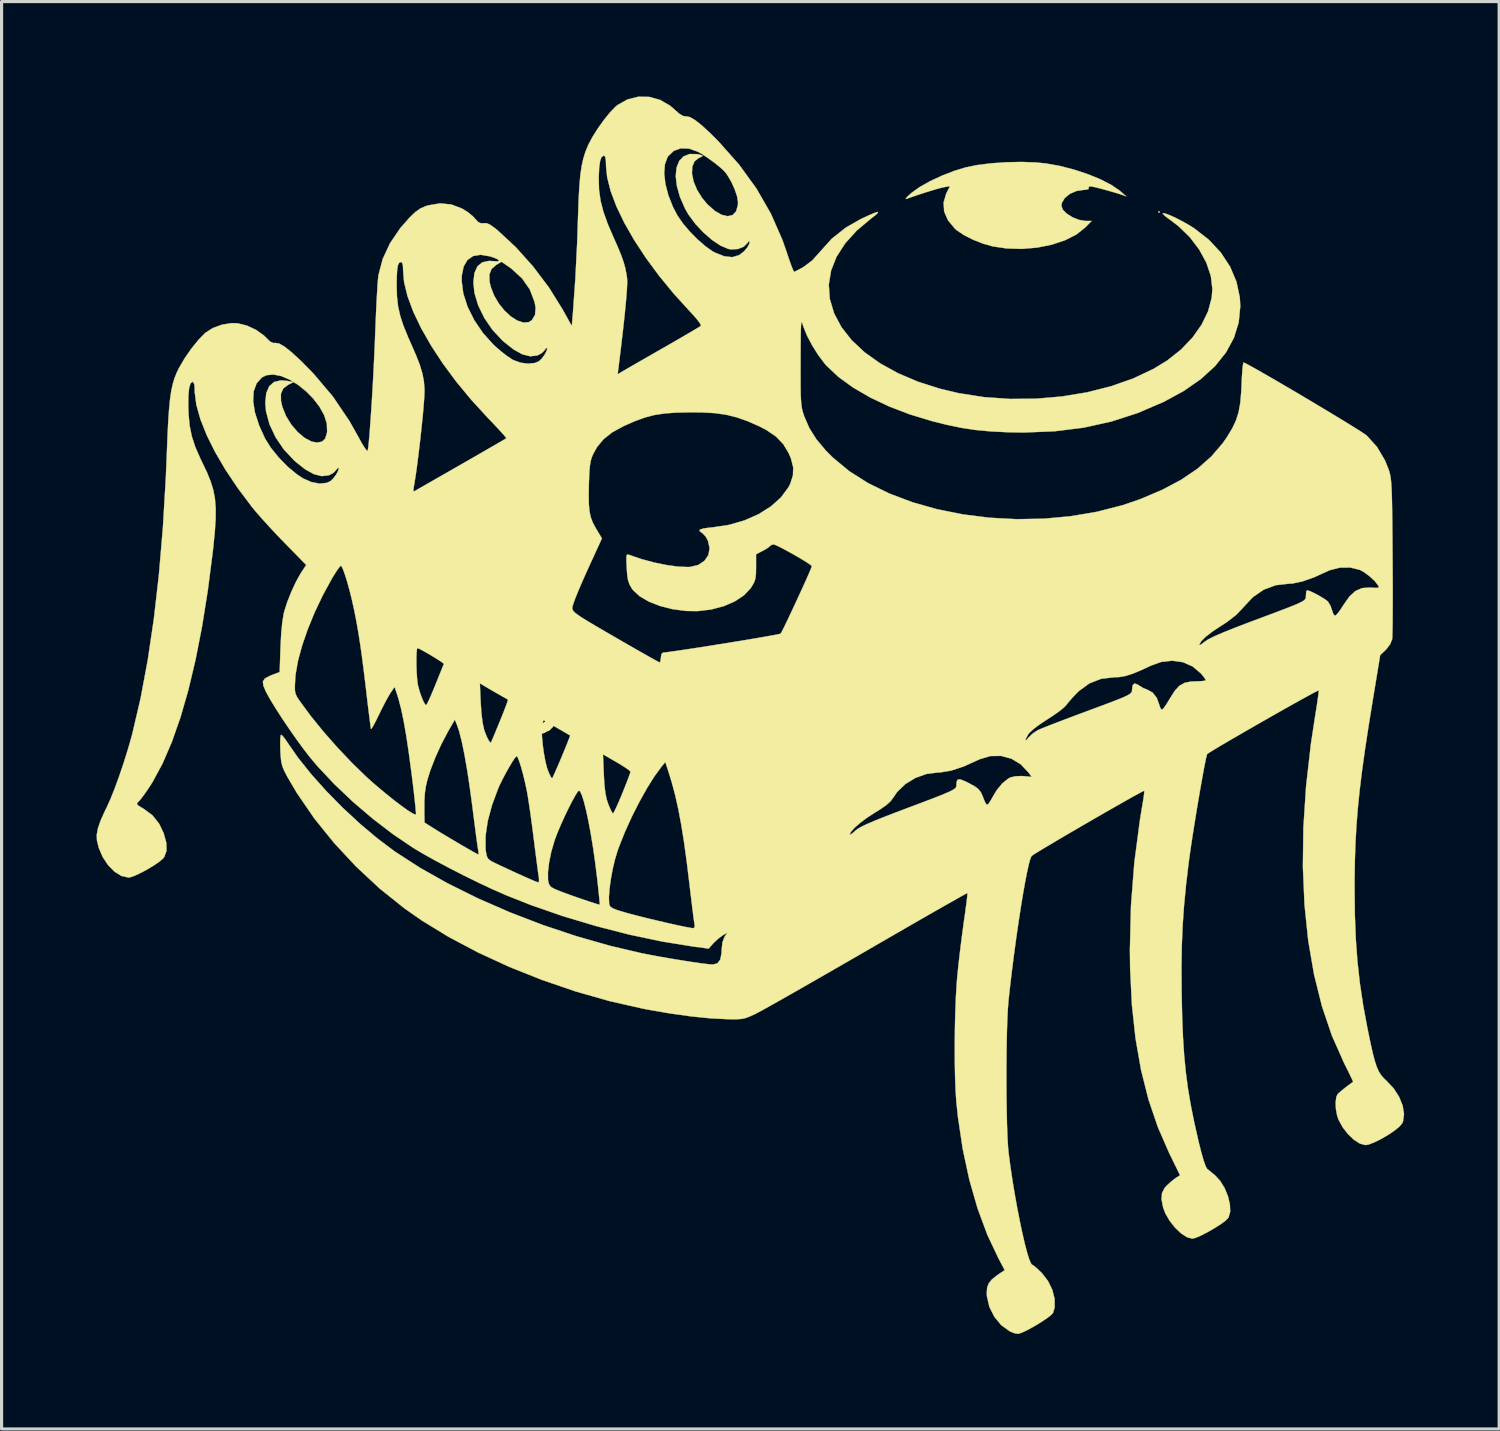
<source format=kicad_pcb>
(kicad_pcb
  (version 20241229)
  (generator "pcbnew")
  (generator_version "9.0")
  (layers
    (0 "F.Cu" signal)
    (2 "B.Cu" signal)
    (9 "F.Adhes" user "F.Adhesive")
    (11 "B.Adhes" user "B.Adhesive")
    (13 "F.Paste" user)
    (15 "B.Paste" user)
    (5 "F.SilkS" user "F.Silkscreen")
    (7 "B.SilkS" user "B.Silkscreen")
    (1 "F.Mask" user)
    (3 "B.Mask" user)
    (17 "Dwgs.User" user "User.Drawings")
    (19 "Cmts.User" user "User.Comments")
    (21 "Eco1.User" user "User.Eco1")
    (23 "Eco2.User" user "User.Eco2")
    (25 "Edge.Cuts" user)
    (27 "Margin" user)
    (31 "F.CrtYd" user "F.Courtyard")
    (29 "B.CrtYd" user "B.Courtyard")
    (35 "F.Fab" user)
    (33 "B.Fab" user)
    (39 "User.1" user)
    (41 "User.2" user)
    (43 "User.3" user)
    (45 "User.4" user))
  (footprint "perry-50mm"
    (layer "F.Cu")
    (at 20.568 19.272)
    (property "Reference" "perry-50mm" (at 0 0 0) (layer "F.SilkS") (effects (font (size 1.524 1.524) (thickness 0.3))))
    (attr through_hole)
    (fp_poly (pts (xy 13.011 -15.629) (xy 12.985 -15.603) (xy 12.959 -15.629) (xy 12.985 -15.655) (xy 13.011 -15.629)) (stroke (width 0.01) (type solid)) (fill yes) (layer "F.SilkS"))
    (fp_poly (pts (xy 9.09 -17.192) (xy 9.397 -17.162) (xy 9.842 -17.084) (xy 10.293 -16.968) (xy 10.731 -16.824) (xy 11.133 -16.66) (xy 11.477 -16.483) (xy 11.742 -16.302) (xy 11.767 -16.28) (xy 11.948 -16.121) (xy 11.793 -16.177) (xy 11.672 -16.216) (xy 11.484 -16.271) (xy 11.264 -16.333) (xy 11.187 -16.354) (xy 10.969 -16.41) (xy 10.835 -16.435) (xy 10.772 -16.431) (xy 10.765 -16.402) (xy 10.756 -16.35) (xy 10.665 -16.329) (xy 10.619 -16.327) (xy 10.381 -16.292) (xy 10.17 -16.201) (xy 10.007 -16.068) (xy 9.914 -15.909) (xy 9.901 -15.823) (xy 9.948 -15.698) (xy 10.072 -15.573) (xy 10.249 -15.462) (xy 10.453 -15.38) (xy 10.659 -15.344) (xy 10.687 -15.344) (xy 10.855 -15.344) (xy 10.654 -15.138) (xy 10.374 -14.916) (xy 10.015 -14.734) (xy 9.597 -14.595) (xy 9.137 -14.503) (xy 8.656 -14.462) (xy 8.171 -14.476) (xy 7.73 -14.542) (xy 7.424 -14.629) (xy 7.112 -14.752) (xy 6.826 -14.897) (xy 6.6 -15.048) (xy 6.54 -15.1) (xy 6.319 -15.366) (xy 6.199 -15.642) (xy 6.181 -15.925) (xy 6.264 -16.209) (xy 6.277 -16.234) (xy 6.385 -16.445) (xy 6.186 -16.409) (xy 6.05 -16.377) (xy 5.846 -16.318) (xy 5.602 -16.243) (xy 5.347 -16.16) (xy 5.11 -16.078) (xy 5.002 -16.039) (xy 4.985 -16.049) (xy 5.037 -16.111) (xy 5.147 -16.212) (xy 5.158 -16.222) (xy 5.416 -16.409) (xy 5.75 -16.598) (xy 6.131 -16.776) (xy 6.531 -16.93) (xy 6.88 -17.036) (xy 7.248 -17.111) (xy 7.685 -17.165) (xy 8.159 -17.198) (xy 8.639 -17.208) (xy 9.09 -17.192)) (stroke (width 0.01) (type solid)) (fill yes) (layer "F.SilkS"))
    (fp_poly (pts (xy -3.114 -19.262) (xy -2.772 -19.167) (xy -2.455 -18.983) (xy -2.327 -18.873) (xy -2.165 -18.729) (xy -2.046 -18.658) (xy -1.952 -18.647) (xy -1.952 -18.647) (xy -1.834 -18.626) (xy -1.664 -18.528) (xy -1.44 -18.349) (xy -1.16 -18.089) (xy -0.924 -17.852) (xy -0.277 -17.123) (xy 0.272 -16.366) (xy 0.727 -15.574) (xy 1.092 -14.743) (xy 1.227 -14.355) (xy 1.305 -14.121) (xy 1.374 -13.928) (xy 1.428 -13.794) (xy 1.458 -13.739) (xy 1.46 -13.738) (xy 1.519 -13.762) (xy 1.64 -13.825) (xy 1.771 -13.899) (xy 2.034 -14.098) (xy 2.278 -14.37) (xy 2.285 -14.378) (xy 2.648 -14.782) (xy 3.093 -15.134) (xy 3.551 -15.396) (xy 3.823 -15.524) (xy 4.006 -15.601) (xy 4.101 -15.628) (xy 4.109 -15.603) (xy 4.03 -15.528) (xy 3.894 -15.423) (xy 3.435 -15.038) (xy 3.069 -14.632) (xy 2.799 -14.211) (xy 2.628 -13.778) (xy 2.556 -13.336) (xy 2.586 -12.889) (xy 2.587 -12.883) (xy 2.724 -12.425) (xy 2.957 -11.988) (xy 3.281 -11.576) (xy 3.69 -11.194) (xy 4.179 -10.846) (xy 4.741 -10.536) (xy 5.371 -10.268) (xy 6.063 -10.047) (xy 6.661 -9.905) (xy 7.463 -9.78) (xy 8.284 -9.723) (xy 9.109 -9.731) (xy 9.924 -9.802) (xy 10.716 -9.933) (xy 11.471 -10.124) (xy 12.173 -10.371) (xy 12.81 -10.672) (xy 13.248 -10.94) (xy 13.678 -11.281) (xy 14.041 -11.66) (xy 14.328 -12.066) (xy 14.533 -12.487) (xy 14.647 -12.912) (xy 14.67 -13.192) (xy 14.621 -13.605) (xy 14.48 -14.025) (xy 14.256 -14.438) (xy 13.96 -14.828) (xy 13.599 -15.18) (xy 13.339 -15.378) (xy 13.203 -15.478) (xy 13.118 -15.554) (xy 13.1 -15.589) (xy 13.101 -15.59) (xy 13.184 -15.578) (xy 13.332 -15.523) (xy 13.525 -15.435) (xy 13.739 -15.324) (xy 13.953 -15.202) (xy 14.1 -15.109) (xy 14.559 -14.75) (xy 14.937 -14.345) (xy 15.229 -13.9) (xy 15.43 -13.425) (xy 15.536 -12.928) (xy 15.551 -12.648) (xy 15.501 -12.139) (xy 15.35 -11.654) (xy 15.101 -11.194) (xy 14.754 -10.76) (xy 14.31 -10.354) (xy 13.772 -9.979) (xy 13.141 -9.635) (xy 12.315 -9.28) (xy 11.473 -9.008) (xy 10.601 -8.816) (xy 9.686 -8.702) (xy 8.716 -8.663) (xy 8.198 -8.672) (xy 7.668 -8.698) (xy 7.198 -8.742) (xy 6.747 -8.81) (xy 6.277 -8.908) (xy 5.817 -9.023) (xy 5.123 -9.233) (xy 4.469 -9.483) (xy 3.867 -9.768) (xy 3.329 -10.08) (xy 2.868 -10.413) (xy 2.496 -10.761) (xy 2.427 -10.838) (xy 2.224 -11.107) (xy 2.031 -11.414) (xy 1.867 -11.726) (xy 1.753 -12.007) (xy 1.735 -12.067) (xy 1.715 -12.13) (xy 1.7 -12.152) (xy 1.688 -12.124) (xy 1.679 -12.037) (xy 1.673 -11.882) (xy 1.669 -11.65) (xy 1.666 -11.332) (xy 1.665 -10.92) (xy 1.665 -10.912) (xy 1.664 -10.491) (xy 1.665 -10.16) (xy 1.668 -9.903) (xy 1.676 -9.707) (xy 1.688 -9.556) (xy 1.705 -9.436) (xy 1.729 -9.332) (xy 1.761 -9.23) (xy 1.782 -9.169) (xy 1.943 -8.799) (xy 2.164 -8.449) (xy 2.458 -8.098) (xy 2.684 -7.871) (xy 3.204 -7.441) (xy 3.804 -7.061) (xy 4.474 -6.734) (xy 5.202 -6.459) (xy 5.978 -6.24) (xy 6.791 -6.077) (xy 7.63 -5.972) (xy 8.483 -5.926) (xy 9.341 -5.941) (xy 10.192 -6.019) (xy 11.025 -6.16) (xy 11.829 -6.366) (xy 12.388 -6.557) (xy 13.085 -6.852) (xy 13.687 -7.172) (xy 14.202 -7.521) (xy 14.637 -7.906) (xy 15 -8.33) (xy 15.128 -8.515) (xy 15.294 -8.788) (xy 15.414 -9.04) (xy 15.497 -9.3) (xy 15.55 -9.594) (xy 15.581 -9.949) (xy 15.591 -10.175) (xy 15.603 -10.432) (xy 15.618 -10.646) (xy 15.635 -10.798) (xy 15.652 -10.871) (xy 15.657 -10.875) (xy 15.749 -10.831) (xy 15.917 -10.74) (xy 16.149 -10.609) (xy 16.433 -10.446) (xy 16.758 -10.258) (xy 17.11 -10.052) (xy 17.478 -9.835) (xy 17.849 -9.614) (xy 18.213 -9.396) (xy 18.556 -9.189) (xy 18.868 -9) (xy 19.135 -8.835) (xy 19.346 -8.702) (xy 19.488 -8.608) (xy 19.545 -8.566) (xy 19.869 -8.208) (xy 20.121 -7.781) (xy 20.233 -7.503) (xy 20.259 -7.423) (xy 20.28 -7.342) (xy 20.297 -7.248) (xy 20.312 -7.133) (xy 20.323 -6.987) (xy 20.333 -6.798) (xy 20.34 -6.558) (xy 20.346 -6.257) (xy 20.351 -5.884) (xy 20.355 -5.429) (xy 20.359 -4.883) (xy 20.36 -4.743) (xy 20.363 -4.244) (xy 20.365 -3.772) (xy 20.365 -3.338) (xy 20.363 -2.954) (xy 20.361 -2.629) (xy 20.357 -2.377) (xy 20.352 -2.206) (xy 20.346 -2.132) (xy 20.282 -1.975) (xy 20.164 -1.818) (xy 20.141 -1.796) (xy 19.969 -1.633) (xy 19.73 -0.181) (xy 19.598 0.634) (xy 19.487 1.365) (xy 19.395 2.026) (xy 19.321 2.633) (xy 19.263 3.202) (xy 19.22 3.749) (xy 19.189 4.29) (xy 19.17 4.841) (xy 19.161 5.417) (xy 19.16 5.728) (xy 19.169 6.566) (xy 19.199 7.329) (xy 19.251 8.043) (xy 19.328 8.733) (xy 19.432 9.428) (xy 19.567 10.153) (xy 19.574 10.186) (xy 19.659 10.6) (xy 19.732 10.927) (xy 19.798 11.179) (xy 19.861 11.373) (xy 19.927 11.521) (xy 20.002 11.637) (xy 20.089 11.737) (xy 20.17 11.812) (xy 20.395 12.051) (xy 20.567 12.318) (xy 20.678 12.594) (xy 20.722 12.858) (xy 20.691 13.089) (xy 20.664 13.153) (xy 20.574 13.259) (xy 20.414 13.388) (xy 20.211 13.524) (xy 19.989 13.653) (xy 19.776 13.758) (xy 19.596 13.825) (xy 19.505 13.84) (xy 19.332 13.795) (xy 19.141 13.673) (xy 18.952 13.494) (xy 18.785 13.278) (xy 18.657 13.045) (xy 18.61 12.913) (xy 18.571 12.702) (xy 18.562 12.493) (xy 18.585 12.32) (xy 18.624 12.233) (xy 18.693 12.168) (xy 18.814 12.068) (xy 18.953 11.959) (xy 19.078 11.869) (xy 19.114 11.845) (xy 19.097 11.799) (xy 19.041 11.678) (xy 18.954 11.5) (xy 18.845 11.282) (xy 18.827 11.245) (xy 18.446 10.388) (xy 18.13 9.456) (xy 17.88 8.451) (xy 17.696 7.38) (xy 17.579 6.246) (xy 17.528 5.055) (xy 17.544 3.81) (xy 17.628 2.517) (xy 17.78 1.181) (xy 17.915 0.291) (xy 17.959 0.02) (xy 17.994 -0.215) (xy 18.018 -0.395) (xy 18.029 -0.5) (xy 18.028 -0.519) (xy 17.983 -0.501) (xy 17.859 -0.438) (xy 17.67 -0.335) (xy 17.426 -0.201) (xy 17.14 -0.041) (xy 16.822 0.138) (xy 16.486 0.329) (xy 16.142 0.525) (xy 15.802 0.721) (xy 15.478 0.908) (xy 15.181 1.08) (xy 14.924 1.231) (xy 14.719 1.354) (xy 14.576 1.443) (xy 14.507 1.49) (xy 14.505 1.492) (xy 14.485 1.553) (xy 14.452 1.702) (xy 14.408 1.926) (xy 14.356 2.21) (xy 14.297 2.539) (xy 14.235 2.901) (xy 14.171 3.28) (xy 14.109 3.663) (xy 14.05 4.035) (xy 13.997 4.382) (xy 13.952 4.69) (xy 13.923 4.906) (xy 13.838 5.619) (xy 13.775 6.276) (xy 13.731 6.905) (xy 13.704 7.539) (xy 13.694 8.208) (xy 13.698 8.943) (xy 13.7 9.097) (xy 13.716 9.81) (xy 13.742 10.441) (xy 13.779 11.011) (xy 13.831 11.543) (xy 13.899 12.057) (xy 13.987 12.576) (xy 14.096 13.12) (xy 14.23 13.712) (xy 14.24 13.755) (xy 14.32 14.073) (xy 14.393 14.327) (xy 14.455 14.503) (xy 14.504 14.591) (xy 14.507 14.594) (xy 14.604 14.672) (xy 14.73 14.775) (xy 14.75 14.792) (xy 14.918 14.972) (xy 15.058 15.202) (xy 15.162 15.457) (xy 15.223 15.713) (xy 15.232 15.944) (xy 15.181 16.124) (xy 15.171 16.14) (xy 15.085 16.227) (xy 14.931 16.34) (xy 14.735 16.465) (xy 14.523 16.587) (xy 14.319 16.693) (xy 14.148 16.767) (xy 14.037 16.795) (xy 14.036 16.795) (xy 13.868 16.75) (xy 13.68 16.628) (xy 13.491 16.448) (xy 13.319 16.231) (xy 13.183 15.995) (xy 13.114 15.812) (xy 13.064 15.554) (xy 13.079 15.355) (xy 13.165 15.19) (xy 13.231 15.117) (xy 13.366 14.995) (xy 13.494 14.894) (xy 13.524 14.873) (xy 13.649 14.794) (xy 13.308 14.097) (xy 12.948 13.272) (xy 12.651 12.399) (xy 12.417 11.469) (xy 12.243 10.475) (xy 12.128 9.412) (xy 12.072 8.272) (xy 12.065 7.672) (xy 12.099 6.28) (xy 12.204 4.925) (xy 12.383 3.563) (xy 12.462 3.084) (xy 12.494 2.89) (xy 12.514 2.74) (xy 12.519 2.658) (xy 12.517 2.651) (xy 12.469 2.671) (xy 12.344 2.737) (xy 12.152 2.842) (xy 11.907 2.98) (xy 11.619 3.144) (xy 11.3 3.326) (xy 10.962 3.521) (xy 10.616 3.721) (xy 10.274 3.92) (xy 9.948 4.11) (xy 9.65 4.287) (xy 9.39 4.441) (xy 9.182 4.567) (xy 9.036 4.658) (xy 8.964 4.708) (xy 8.96 4.71) (xy 8.922 4.793) (xy 8.873 4.967) (xy 8.817 5.223) (xy 8.753 5.549) (xy 8.685 5.934) (xy 8.614 6.369) (xy 8.542 6.841) (xy 8.47 7.34) (xy 8.4 7.855) (xy 8.334 8.375) (xy 8.273 8.889) (xy 8.231 9.279) (xy 8.21 9.547) (xy 8.193 9.897) (xy 8.18 10.311) (xy 8.171 10.773) (xy 8.166 11.265) (xy 8.165 11.771) (xy 8.167 12.272) (xy 8.174 12.752) (xy 8.184 13.193) (xy 8.198 13.578) (xy 8.216 13.891) (xy 8.233 14.074) (xy 8.288 14.495) (xy 8.353 14.934) (xy 8.426 15.377) (xy 8.504 15.812) (xy 8.585 16.227) (xy 8.666 16.61) (xy 8.744 16.949) (xy 8.818 17.232) (xy 8.884 17.445) (xy 8.94 17.577) (xy 8.975 17.617) (xy 9.046 17.663) (xy 9.161 17.763) (xy 9.284 17.882) (xy 9.478 18.132) (xy 9.615 18.412) (xy 9.687 18.698) (xy 9.688 18.965) (xy 9.639 19.138) (xy 9.571 19.213) (xy 9.433 19.317) (xy 9.251 19.438) (xy 9.047 19.561) (xy 8.846 19.672) (xy 8.671 19.756) (xy 8.548 19.799) (xy 8.523 19.801) (xy 8.408 19.778) (xy 8.27 19.721) (xy 8.268 19.72) (xy 8.003 19.528) (xy 7.784 19.263) (xy 7.628 18.952) (xy 7.55 18.621) (xy 7.545 18.519) (xy 7.556 18.346) (xy 7.605 18.209) (xy 7.706 18.084) (xy 7.878 17.948) (xy 7.984 17.875) (xy 8.112 17.789) (xy 7.923 17.435) (xy 7.565 16.679) (xy 7.254 15.84) (xy 6.993 14.931) (xy 6.785 13.962) (xy 6.633 12.945) (xy 6.583 12.467) (xy 6.56 12.118) (xy 6.544 11.69) (xy 6.535 11.204) (xy 6.534 10.685) (xy 6.539 10.154) (xy 6.551 9.636) (xy 6.57 9.153) (xy 6.596 8.728) (xy 6.61 8.553) (xy 6.647 8.183) (xy 6.696 7.757) (xy 6.75 7.319) (xy 6.804 6.915) (xy 6.82 6.798) (xy 6.862 6.506) (xy 6.896 6.251) (xy 6.921 6.051) (xy 6.934 5.922) (xy 6.935 5.881) (xy 6.888 5.903) (xy 6.759 5.973) (xy 6.555 6.088) (xy 6.283 6.242) (xy 5.95 6.431) (xy 5.564 6.652) (xy 5.131 6.901) (xy 4.66 7.173) (xy 4.156 7.464) (xy 3.783 7.68) (xy 3.249 7.989) (xy 2.733 8.286) (xy 2.242 8.568) (xy 1.786 8.829) (xy 1.373 9.065) (xy 1.01 9.271) (xy 0.707 9.441) (xy 0.472 9.572) (xy 0.313 9.658) (xy 0.259 9.686) (xy 0.077 9.772) (xy -0.064 9.826) (xy -0.197 9.856) (xy -0.357 9.867) (xy -0.577 9.866) (xy -0.657 9.864) (xy -1.186 9.837) (xy -1.791 9.776) (xy -2.45 9.684) (xy -3.142 9.565) (xy -3.302 9.534) (xy -4.368 9.293) (xy -5.439 8.988) (xy -6.497 8.626) (xy -7.528 8.215) (xy -8.516 7.76) (xy -9.444 7.269) (xy -10.298 6.747) (xy -10.845 6.365) (xy -11.629 5.737) (xy -12.375 5.042) (xy -13.068 4.298) (xy -13.695 3.52) (xy -14.241 2.723) (xy -14.546 2.205) (xy -14.642 2.02) (xy -14.703 1.869) (xy -14.738 1.716) (xy -14.757 1.52) (xy -14.765 1.362) (xy -14.769 1.153) (xy -14.765 0.991) (xy -14.751 0.896) (xy -14.741 0.881) (xy -14.69 0.922) (xy -14.608 1.026) (xy -14.545 1.12) (xy -14.204 1.61) (xy -13.788 2.129) (xy -13.313 2.66) (xy -12.796 3.186) (xy -12.254 3.689) (xy -11.703 4.153) (xy -11.162 4.56) (xy -11.145 4.572) (xy -10.351 5.085) (xy -9.471 5.58) (xy -8.52 6.051) (xy -7.515 6.49) (xy -6.472 6.891) (xy -5.407 7.246) (xy -4.338 7.551) (xy -3.395 7.772) (xy -3.11 7.829) (xy -2.785 7.89) (xy -2.441 7.95) (xy -2.098 8.006) (xy -1.774 8.057) (xy -1.49 8.098) (xy -1.265 8.126) (xy -1.119 8.138) (xy -1.105 8.138) (xy -0.962 8.101) (xy -0.872 7.985) (xy -0.832 7.783) (xy -0.829 7.692) (xy -0.805 7.443) (xy -0.739 7.268) (xy -0.648 7.128) (xy -0.803 7.223) (xy -0.945 7.329) (xy -1.085 7.461) (xy -1.099 7.477) (xy -1.239 7.635) (xy -1.721 7.571) (xy -2.702 7.413) (xy -3.734 7.196) (xy -4.786 6.926) (xy -5.83 6.614) (xy -6.837 6.265) (xy -7.629 5.952) (xy -8.032 5.775) (xy -8.482 5.565) (xy -8.955 5.333) (xy -9.426 5.092) (xy -9.871 4.855) (xy -10.267 4.634) (xy -10.565 4.456) (xy -11.205 4.024) (xy -11.85 3.53) (xy -12.479 2.993) (xy -13.067 2.434) (xy -13.593 1.873) (xy -13.86 1.555) (xy -14.057 1.298) (xy -14.276 0.996) (xy -14.503 0.671) (xy -14.723 0.343) (xy -14.923 0.032) (xy -15.089 -0.241) (xy -15.207 -0.455) (xy -15.218 -0.476) (xy -15.301 -0.668) (xy -15.302 -0.676) (xy -14.305 -0.676) (xy -14.305 -0.525) (xy -14.286 -0.416) (xy -14.243 -0.321) (xy -14.17 -0.208) (xy -14.154 -0.185) (xy -13.809 0.284) (xy -13.402 0.785) (xy -12.957 1.291) (xy -12.497 1.775) (xy -12.047 2.213) (xy -11.789 2.443) (xy -11.485 2.699) (xy -11.204 2.926) (xy -10.956 3.116) (xy -10.75 3.264) (xy -10.596 3.362) (xy -10.504 3.403) (xy -10.481 3.395) (xy -10.483 3.326) (xy -10.488 3.272) (xy -10.218 3.272) (xy -10.217 3.37) (xy -10.212 3.655) (xy -9.888 3.859) (xy -9.724 3.961) (xy -9.521 4.083) (xy -9.297 4.217) (xy -9.072 4.349) (xy -8.862 4.471) (xy -8.686 4.572) (xy -8.562 4.64) (xy -8.509 4.665) (xy -8.509 4.665) (xy -8.504 4.621) (xy -8.518 4.512) (xy -8.521 4.497) (xy -8.536 4.399) (xy -8.562 4.214) (xy -8.58 4.08) (xy -8.284 4.08) (xy -8.283 4.493) (xy -8.272 4.578) (xy -8.247 4.711) (xy -8.204 4.797) (xy -8.119 4.865) (xy -7.966 4.943) (xy -7.941 4.955) (xy -7.578 5.125) (xy -7.257 5.273) (xy -6.989 5.393) (xy -6.786 5.482) (xy -6.657 5.534) (xy -6.616 5.546) (xy -6.594 5.502) (xy -6.599 5.394) (xy -6.602 5.378) (xy -6.618 5.276) (xy -6.626 5.218) (xy -6.313 5.218) (xy -6.312 5.464) (xy -6.3 5.537) (xy -6.269 5.626) (xy -6.208 5.694) (xy -6.092 5.758) (xy -5.919 5.828) (xy -5.702 5.909) (xy -5.465 5.994) (xy -5.227 6.076) (xy -5.009 6.15) (xy -4.831 6.207) (xy -4.714 6.242) (xy -4.678 6.248) (xy -4.679 6.195) (xy -4.691 6.057) (xy -4.695 6.014) (xy -4.389 6.014) (xy -4.382 6.208) (xy -4.373 6.258) (xy -4.343 6.311) (xy -4.272 6.36) (xy -4.144 6.413) (xy -3.941 6.476) (xy -3.766 6.525) (xy -3.488 6.598) (xy -3.175 6.677) (xy -2.847 6.755) (xy -2.526 6.83) (xy -2.231 6.896) (xy -1.983 6.948) (xy -1.8 6.982) (xy -1.723 6.992) (xy -1.678 6.957) (xy -1.683 6.881) (xy -1.696 6.797) (xy -1.719 6.626) (xy -1.75 6.386) (xy -1.785 6.093) (xy -1.825 5.764) (xy -1.841 5.624) (xy -1.929 4.905) (xy -2.015 4.276) (xy -2.053 4.038) (xy 3.214 4.038) (xy 3.247 4.032) (xy 3.331 3.969) (xy 3.39 3.915) (xy 3.465 3.857) (xy 3.577 3.791) (xy 3.736 3.713) (xy 3.954 3.619) (xy 4.239 3.503) (xy 4.601 3.363) (xy 5.051 3.192) (xy 5.075 3.184) (xy 5.501 3.023) (xy 5.84 2.894) (xy 6.1 2.792) (xy 6.293 2.711) (xy 6.428 2.649) (xy 6.514 2.599) (xy 6.562 2.559) (xy 6.581 2.523) (xy 6.583 2.506) (xy 6.592 2.364) (xy 6.631 2.295) (xy 6.717 2.294) (xy 6.867 2.354) (xy 6.944 2.392) (xy 7.145 2.499) (xy 7.275 2.592) (xy 7.359 2.698) (xy 7.423 2.841) (xy 7.439 2.888) (xy 7.492 3.015) (xy 7.542 3.09) (xy 7.552 3.096) (xy 7.599 3.063) (xy 7.668 2.961) (xy 7.71 2.883) (xy 7.86 2.63) (xy 8.039 2.415) (xy 8.224 2.265) (xy 8.294 2.229) (xy 8.451 2.193) (xy 8.649 2.185) (xy 8.707 2.189) (xy 8.964 2.213) (xy 8.867 2.079) (xy 8.62 1.817) (xy 8.326 1.639) (xy 8 1.55) (xy 7.659 1.554) (xy 7.319 1.655) (xy 7.264 1.681) (xy 6.818 1.883) (xy 6.421 2.014) (xy 6.081 2.071) (xy 6.007 2.073) (xy 5.644 2.119) (xy 5.29 2.245) (xy 4.973 2.44) (xy 4.714 2.689) (xy 4.6 2.856) (xy 4.51 2.978) (xy 4.374 3.102) (xy 4.172 3.243) (xy 4.011 3.342) (xy 3.764 3.502) (xy 3.546 3.665) (xy 3.37 3.818) (xy 3.255 3.948) (xy 3.214 4.038) (xy -2.053 4.038) (xy -2.104 3.723) (xy -2.196 3.234) (xy -2.294 2.793) (xy -2.402 2.389) (xy -2.498 2.077) (xy -2.607 1.743) (xy -2.731 1.895) (xy -2.951 2.195) (xy -3.187 2.572) (xy -3.428 3.003) (xy -3.662 3.465) (xy -3.876 3.936) (xy -4.059 4.392) (xy -4.116 4.551) (xy -4.199 4.827) (xy -4.272 5.136) (xy -4.33 5.454) (xy -4.37 5.754) (xy -4.389 6.014) (xy -4.695 6.014) (xy -4.712 5.849) (xy -4.74 5.588) (xy -4.769 5.334) (xy -4.828 4.869) (xy -4.893 4.419) (xy -4.963 3.996) (xy -5.035 3.61) (xy -5.107 3.274) (xy -5.176 2.998) (xy -5.24 2.794) (xy -5.296 2.673) (xy -5.333 2.644) (xy -5.379 2.688) (xy -5.456 2.811) (xy -5.556 2.993) (xy -5.67 3.216) (xy -5.788 3.463) (xy -5.903 3.716) (xy -6.005 3.957) (xy -6.086 4.167) (xy -6.106 4.225) (xy -6.207 4.573) (xy -6.277 4.912) (xy -6.313 5.218) (xy -6.626 5.218) (xy -6.643 5.09) (xy -6.676 4.838) (xy -6.715 4.538) (xy -6.756 4.21) (xy -6.764 4.147) (xy -6.809 3.794) (xy -6.856 3.446) (xy -6.902 3.128) (xy -6.943 2.863) (xy -6.975 2.676) (xy -6.976 2.67) (xy -7.035 2.393) (xy -7.099 2.129) (xy -7.164 1.894) (xy -7.224 1.708) (xy -7.273 1.589) (xy -7.302 1.555) (xy -7.346 1.598) (xy -7.424 1.713) (xy -7.524 1.878) (xy -7.635 2.073) (xy -7.742 2.276) (xy -7.836 2.467) (xy -7.878 2.56) (xy -8.079 3.1) (xy -8.216 3.611) (xy -8.284 4.08) (xy -8.58 4.08) (xy -8.596 3.961) (xy -8.636 3.654) (xy -8.68 3.311) (xy -8.709 3.084) (xy -8.79 2.488) (xy -8.872 1.949) (xy -8.956 1.477) (xy -9.038 1.081) (xy -9.118 0.771) (xy -9.183 0.578) (xy -9.254 0.404) (xy -9.476 0.791) (xy -9.682 1.184) (xy -9.873 1.605) (xy -10.031 2.015) (xy -10.122 2.307) (xy -10.171 2.516) (xy -10.201 2.725) (xy -10.216 2.967) (xy -10.218 3.272) (xy -10.488 3.272) (xy -10.497 3.169) (xy -10.521 2.94) (xy -10.553 2.653) (xy -10.593 2.322) (xy -10.625 2.07) (xy -10.709 1.442) (xy -10.789 0.908) (xy -10.868 0.458) (xy -10.946 0.082) (xy -11.027 -0.231) (xy -11.073 -0.38) (xy -11.156 -0.63) (xy -11.287 -0.438) (xy -11.365 -0.308) (xy -11.47 -0.114) (xy -11.585 0.112) (xy -11.653 0.252) (xy -11.75 0.449) (xy -11.83 0.6) (xy -11.885 0.687) (xy -11.903 0.699) (xy -11.913 0.634) (xy -11.933 0.483) (xy -11.961 0.259) (xy -11.996 -0.021) (xy -12.034 -0.342) (xy -12.051 -0.492) (xy -12.12 -1.063) (xy -12.179 -1.528) (xy -10.469 -1.528) (xy -10.468 -1.32) (xy -10.46 -1.102) (xy -10.447 -0.898) (xy -10.428 -0.731) (xy -10.417 -0.674) (xy -10.368 -0.492) (xy -10.306 -0.312) (xy -10.242 -0.162) (xy -10.186 -0.069) (xy -10.161 -0.052) (xy -10.13 -0.097) (xy -10.069 -0.221) (xy -9.987 -0.406) (xy -9.892 -0.634) (xy -9.871 -0.686) (xy -9.848 -0.743) (xy -8.464 -0.743) (xy -8.437 -0.125) (xy -8.413 0.218) (xy -8.376 0.51) (xy -8.329 0.725) (xy -8.32 0.752) (xy -8.251 0.929) (xy -8.185 1.062) (xy -8.134 1.129) (xy -8.113 1.129) (xy -8.091 1.078) (xy -8.036 0.95) (xy -7.957 0.761) (xy -7.935 0.705) (xy -6.508 0.705) (xy -6.503 0.923) (xy -6.48 1.184) (xy -6.443 1.459) (xy -6.396 1.718) (xy -6.341 1.934) (xy -6.32 1.995) (xy -6.258 2.144) (xy -6.207 2.238) (xy -6.181 2.259) (xy -6.151 2.202) (xy -6.09 2.069) (xy -6.006 1.876) (xy -5.906 1.642) (xy -5.876 1.571) (xy -5.847 1.5) (xy -4.576 1.5) (xy -4.549 2.137) (xy -4.53 2.465) (xy -4.501 2.717) (xy -4.459 2.919) (xy -4.409 3.071) (xy -4.344 3.227) (xy -4.289 3.335) (xy -4.26 3.369) (xy -4.228 3.324) (xy -4.167 3.2) (xy -4.084 3.016) (xy -3.987 2.788) (xy -3.965 2.734) (xy -3.869 2.495) (xy -3.789 2.289) (xy -3.733 2.136) (xy -3.707 2.056) (xy -3.706 2.05) (xy -3.748 2.005) (xy -3.862 1.923) (xy -4.027 1.818) (xy -4.141 1.751) (xy -4.576 1.5) (xy -5.847 1.5) (xy -5.777 1.332) (xy -5.696 1.13) (xy -5.67 1.063) (xy 8.765 1.063) (xy 8.802 1.042) (xy 8.869 0.965) (xy 8.99 0.848) (xy 9.145 0.744) (xy 9.167 0.732) (xy 9.265 0.69) (xy 9.445 0.617) (xy 9.693 0.521) (xy 9.996 0.405) (xy 10.337 0.276) (xy 10.703 0.14) (xy 10.743 0.125) (xy 11.147 -0.025) (xy 11.464 -0.144) (xy 11.705 -0.238) (xy 11.88 -0.31) (xy 11.999 -0.367) (xy 12.073 -0.413) (xy 12.113 -0.452) (xy 12.128 -0.49) (xy 12.131 -0.518) (xy 12.15 -0.675) (xy 12.208 -0.737) (xy 12.307 -0.706) (xy 12.345 -0.679) (xy 12.487 -0.592) (xy 12.614 -0.542) (xy 12.781 -0.45) (xy 12.914 -0.283) (xy 12.99 -0.07) (xy 13.027 0.042) (xy 13.073 0.09) (xy 13.082 0.089) (xy 13.135 0.037) (xy 13.219 -0.082) (xy 13.317 -0.243) (xy 13.324 -0.256) (xy 13.48 -0.503) (xy 13.629 -0.665) (xy 13.795 -0.759) (xy 14 -0.799) (xy 14.137 -0.803) (xy 14.306 -0.809) (xy 14.423 -0.823) (xy 14.462 -0.841) (xy 14.431 -0.898) (xy 14.352 -1.002) (xy 14.305 -1.057) (xy 14.048 -1.274) (xy 13.743 -1.409) (xy 13.406 -1.457) (xy 13.052 -1.417) (xy 12.726 -1.3) (xy 12.4 -1.148) (xy 12.141 -1.042) (xy 11.927 -0.975) (xy 11.735 -0.941) (xy 11.565 -0.933) (xy 11.156 -0.885) (xy 10.788 -0.742) (xy 10.459 -0.503) (xy 10.398 -0.445) (xy 10.253 -0.292) (xy 10.128 -0.149) (xy 10.051 -0.05) (xy 9.974 0.028) (xy 9.83 0.143) (xy 9.64 0.277) (xy 9.455 0.397) (xy 9.213 0.557) (xy 9.018 0.704) (xy 8.888 0.824) (xy 8.851 0.872) (xy 8.781 1.004) (xy 8.765 1.063) (xy -5.67 1.063) (xy -5.639 0.984) (xy -5.613 0.91) (xy -5.613 0.904) (xy -5.66 0.877) (xy -5.776 0.809) (xy -5.941 0.714) (xy -6.039 0.657) (xy -6.454 0.419) (xy -6.492 0.559) (xy -6.508 0.705) (xy -7.935 0.705) (xy -7.862 0.529) (xy -7.829 0.451) (xy -7.732 0.21) (xy -7.653 0.006) (xy -7.598 -0.143) (xy -7.575 -0.22) (xy -7.575 -0.227) (xy -7.627 -0.258) (xy -7.742 -0.323) (xy -7.853 -0.386) (xy -8.036 -0.49) (xy -8.212 -0.593) (xy -8.288 -0.638) (xy -8.464 -0.743) (xy -9.848 -0.743) (xy -9.775 -0.924) (xy -9.693 -1.127) (xy -9.633 -1.275) (xy -9.602 -1.35) (xy -9.6 -1.354) (xy -9.636 -1.39) (xy -9.74 -1.461) (xy -9.888 -1.554) (xy -10.057 -1.656) (xy -10.225 -1.752) (xy -10.368 -1.828) (xy -10.431 -1.857) (xy -10.451 -1.82) (xy -10.463 -1.702) (xy -10.469 -1.528) (xy -12.179 -1.528) (xy -12.182 -1.55) (xy -12.242 -1.972) (xy -12.301 -2.349) (xy -12.363 -2.7) (xy -12.43 -3.043) (xy -12.444 -3.11) (xy -12.448 -3.127) (xy -5.546 -3.127) (xy -5.541 -3.083) (xy -5.52 -3.038) (xy -5.473 -2.985) (xy -5.392 -2.92) (xy -5.266 -2.834) (xy -5.087 -2.722) (xy -4.845 -2.577) (xy -4.53 -2.393) (xy -4.185 -2.193) (xy -3.844 -1.996) (xy -3.532 -1.817) (xy -3.26 -1.662) (xy -3.039 -1.537) (xy -2.881 -1.45) (xy -2.797 -1.406) (xy -2.786 -1.402) (xy -2.759 -1.445) (xy -2.747 -1.553) (xy -2.747 -1.555) (xy -2.728 -1.668) (xy -2.683 -1.712) (xy -2.589 -1.721) (xy -2.412 -1.744) (xy -2.167 -1.779) (xy -1.868 -1.824) (xy -1.527 -1.876) (xy -1.161 -1.934) (xy -1.05 -1.951) (xy 14.255 -1.951) (xy 14.289 -1.955) (xy 14.375 -2.014) (xy 14.426 -2.058) (xy 14.537 -2.13) (xy 14.731 -2.227) (xy 15.013 -2.349) (xy 15.386 -2.499) (xy 15.855 -2.678) (xy 15.891 -2.691) (xy 16.346 -2.861) (xy 16.714 -2.999) (xy 17.004 -3.11) (xy 17.225 -3.197) (xy 17.386 -3.265) (xy 17.497 -3.32) (xy 17.567 -3.364) (xy 17.605 -3.404) (xy 17.621 -3.443) (xy 17.625 -3.485) (xy 17.624 -3.522) (xy 17.634 -3.632) (xy 17.657 -3.68) (xy 17.658 -3.68) (xy 17.747 -3.655) (xy 17.888 -3.59) (xy 18.05 -3.504) (xy 18.2 -3.414) (xy 18.303 -3.339) (xy 18.319 -3.324) (xy 18.398 -3.196) (xy 18.449 -3.048) (xy 18.489 -2.932) (xy 18.539 -2.878) (xy 18.545 -2.877) (xy 18.599 -2.918) (xy 18.686 -3.028) (xy 18.79 -3.184) (xy 18.808 -3.214) (xy 18.996 -3.482) (xy 19.188 -3.658) (xy 19.4 -3.75) (xy 19.646 -3.767) (xy 19.685 -3.764) (xy 19.841 -3.754) (xy 19.914 -3.762) (xy 19.924 -3.795) (xy 19.909 -3.827) (xy 19.799 -3.971) (xy 19.632 -4.126) (xy 19.447 -4.261) (xy 19.324 -4.326) (xy 19.026 -4.399) (xy 18.7 -4.396) (xy 18.382 -4.317) (xy 18.28 -4.272) (xy 17.875 -4.087) (xy 17.511 -3.96) (xy 17.204 -3.895) (xy 17.083 -3.888) (xy 16.669 -3.841) (xy 16.293 -3.701) (xy 15.95 -3.465) (xy 15.636 -3.13) (xy 15.631 -3.123) (xy 15.422 -2.903) (xy 15.131 -2.679) (xy 14.955 -2.565) (xy 14.675 -2.38) (xy 14.459 -2.213) (xy 14.316 -2.072) (xy 14.257 -1.965) (xy 14.255 -1.951) (xy -1.05 -1.951) (xy -0.781 -1.994) (xy -0.404 -2.056) (xy -0.043 -2.115) (xy 0.289 -2.171) (xy 0.576 -2.221) (xy 0.806 -2.262) (xy 0.963 -2.293) (xy 1.034 -2.31) (xy 1.036 -2.312) (xy 1.07 -2.371) (xy 1.139 -2.507) (xy 1.234 -2.703) (xy 1.348 -2.943) (xy 1.473 -3.21) (xy 1.601 -3.487) (xy 1.725 -3.757) (xy 1.837 -4.004) (xy 1.928 -4.211) (xy 1.992 -4.361) (xy 2.02 -4.437) (xy 2.021 -4.442) (xy 1.978 -4.483) (xy 1.864 -4.561) (xy 1.699 -4.663) (xy 1.504 -4.777) (xy 1.3 -4.892) (xy 1.107 -4.996) (xy 0.945 -5.078) (xy 0.837 -5.125) (xy 0.808 -5.132) (xy 0.719 -5.1) (xy 0.699 -5.079) (xy 0.636 -5.025) (xy 0.516 -4.951) (xy 0.463 -4.923) (xy 0.259 -4.819) (xy 0.259 -4.411) (xy 0.255 -4.196) (xy 0.237 -4.046) (xy 0.196 -3.926) (xy 0.121 -3.797) (xy 0.091 -3.751) (xy -0.118 -3.525) (xy -0.408 -3.332) (xy -0.761 -3.179) (xy -1.159 -3.074) (xy -1.582 -3.023) (xy -1.946 -3.027) (xy -2.376 -3.084) (xy -2.776 -3.185) (xy -3.129 -3.324) (xy -3.418 -3.493) (xy -3.626 -3.685) (xy -3.664 -3.737) (xy -3.737 -3.863) (xy -3.783 -3.996) (xy -3.81 -4.168) (xy -3.826 -4.392) (xy -3.836 -4.606) (xy -3.836 -4.735) (xy -3.822 -4.797) (xy -3.791 -4.811) (xy -3.752 -4.8) (xy -3.369 -4.668) (xy -2.965 -4.559) (xy -2.566 -4.477) (xy -2.2 -4.427) (xy -1.893 -4.415) (xy -1.826 -4.418) (xy -1.567 -4.48) (xy -1.372 -4.61) (xy -1.248 -4.791) (xy -1.208 -5.009) (xy -1.261 -5.249) (xy -1.34 -5.387) (xy -1.434 -5.484) (xy -1.448 -5.493) (xy -1.526 -5.55) (xy -1.517 -5.594) (xy -1.417 -5.629) (xy -1.221 -5.658) (xy -1.109 -5.668) (xy -0.592 -5.747) (xy -0.105 -5.888) (xy 0.339 -6.084) (xy 0.726 -6.328) (xy 1.044 -6.612) (xy 1.279 -6.929) (xy 1.337 -7.042) (xy 1.423 -7.304) (xy 1.432 -7.56) (xy 1.362 -7.839) (xy 1.288 -8.014) (xy 1.115 -8.301) (xy 0.883 -8.541) (xy 0.573 -8.75) (xy 0.359 -8.86) (xy -0.015 -9.024) (xy -0.355 -9.143) (xy -0.688 -9.225) (xy -1.044 -9.275) (xy -1.452 -9.298) (xy -1.814 -9.301) (xy -2.26 -9.292) (xy -2.63 -9.265) (xy -2.954 -9.215) (xy -3.259 -9.135) (xy -3.573 -9.02) (xy -3.924 -8.865) (xy -4.281 -8.671) (xy -4.554 -8.456) (xy -4.762 -8.205) (xy -4.877 -8.001) (xy -4.929 -7.881) (xy -4.966 -7.756) (xy -4.99 -7.602) (xy -5.007 -7.396) (xy -5.018 -7.113) (xy -5.02 -7.063) (xy -5.027 -6.693) (xy -5.022 -6.405) (xy -5.002 -6.178) (xy -4.963 -5.993) (xy -4.902 -5.828) (xy -4.815 -5.663) (xy -4.79 -5.62) (xy -4.609 -5.319) (xy -5.078 -4.296) (xy -5.216 -3.987) (xy -5.339 -3.701) (xy -5.439 -3.456) (xy -5.509 -3.266) (xy -5.544 -3.148) (xy -5.546 -3.127) (xy -12.448 -3.127) (xy -12.509 -3.4) (xy -12.581 -3.686) (xy -12.654 -3.951) (xy -12.725 -4.177) (xy -12.787 -4.347) (xy -12.834 -4.443) (xy -12.852 -4.458) (xy -12.897 -4.416) (xy -12.978 -4.304) (xy -13.081 -4.142) (xy -13.133 -4.056) (xy -13.42 -3.531) (xy -13.678 -2.99) (xy -13.899 -2.452) (xy -14.078 -1.933) (xy -14.208 -1.453) (xy -14.282 -1.03) (xy -14.293 -0.901) (xy -14.305 -0.676) (xy -15.302 -0.676) (xy -15.316 -0.799) (xy -15.255 -0.892) (xy -15.108 -0.973) (xy -15.009 -1.013) (xy -14.786 -1.098) (xy -14.759 -1.884) (xy -14.738 -2.305) (xy -14.704 -2.66) (xy -14.66 -2.934) (xy -14.643 -3.007) (xy -14.547 -3.307) (xy -14.417 -3.635) (xy -14.269 -3.952) (xy -14.121 -4.218) (xy -14.081 -4.28) (xy -13.946 -4.479) (xy -14.634 -5.181) (xy -14.882 -5.439) (xy -15.133 -5.708) (xy -15.366 -5.966) (xy -15.56 -6.189) (xy -15.667 -6.319) (xy -16.107 -6.905) (xy -16.494 -7.483) (xy -16.823 -8.044) (xy -17.089 -8.578) (xy -17.288 -9.078) (xy -17.416 -9.533) (xy -17.432 -9.653) (xy -15.624 -9.653) (xy -15.566 -9.291) (xy -15.434 -8.883) (xy -15.249 -8.475) (xy -15.065 -8.182) (xy -14.817 -7.875) (xy -14.532 -7.584) (xy -14.239 -7.34) (xy -14.048 -7.214) (xy -13.781 -7.097) (xy -13.524 -7.049) (xy -13.299 -7.073) (xy -13.178 -7.131) (xy -13.09 -7.216) (xy -13.004 -7.333) (xy -12.94 -7.451) (xy -12.919 -7.535) (xy -12.925 -7.552) (xy -12.965 -7.533) (xy -13.006 -7.473) (xy -13.093 -7.385) (xy -13.225 -7.315) (xy -13.232 -7.313) (xy -13.455 -7.286) (xy -13.702 -7.347) (xy -13.978 -7.499) (xy -14.288 -7.744) (xy -14.335 -7.787) (xy -14.657 -8.132) (xy -14.918 -8.519) (xy -15.108 -8.926) (xy -15.217 -9.333) (xy -15.24 -9.604) (xy -15.211 -9.887) (xy -14.747 -9.887) (xy -14.745 -9.663) (xy -14.702 -9.473) (xy -14.586 -9.184) (xy -14.419 -8.913) (xy -14.217 -8.677) (xy -13.998 -8.493) (xy -13.777 -8.377) (xy -13.608 -8.346) (xy -13.45 -8.374) (xy -13.35 -8.469) (xy -13.294 -8.646) (xy -13.287 -8.694) (xy -13.296 -8.946) (xy -13.38 -9.209) (xy -13.526 -9.474) (xy -13.721 -9.73) (xy -13.952 -9.965) (xy -14.207 -10.17) (xy -14.347 -10.256) (xy -14.52 -10.169) (xy -14.673 -10.052) (xy -14.747 -9.887) (xy -15.211 -9.887) (xy -15.209 -9.905) (xy -15.117 -10.123) (xy -14.964 -10.258) (xy -14.749 -10.309) (xy -14.53 -10.291) (xy -14.349 -10.257) (xy -14.347 -10.256) (xy -14.346 -10.257) (xy -14.349 -10.257) (xy -14.473 -10.334) (xy -14.737 -10.446) (xy -14.986 -10.495) (xy -15.208 -10.472) (xy -15.348 -10.402) (xy -15.515 -10.215) (xy -15.607 -9.963) (xy -15.624 -9.653) (xy -17.432 -9.653) (xy -17.468 -9.933) (xy -17.469 -9.989) (xy -17.477 -10.16) (xy -17.505 -10.245) (xy -17.544 -10.264) (xy -17.603 -10.214) (xy -17.645 -10.068) (xy -17.668 -9.834) (xy -17.672 -9.518) (xy -17.664 -9.261) (xy -17.63 -8.885) (xy -17.561 -8.543) (xy -17.448 -8.198) (xy -17.28 -7.818) (xy -17.229 -7.712) (xy -17.079 -7.399) (xy -16.965 -7.117) (xy -16.882 -6.847) (xy -16.83 -6.572) (xy -16.806 -6.272) (xy -16.808 -5.931) (xy -16.834 -5.53) (xy -16.882 -5.05) (xy -16.899 -4.896) (xy -17.055 -3.678) (xy -17.236 -2.543) (xy -17.441 -1.494) (xy -17.669 -0.533) (xy -17.92 0.336) (xy -18.192 1.112) (xy -18.485 1.791) (xy -18.799 2.372) (xy -18.863 2.474) (xy -18.991 2.667) (xy -19.111 2.834) (xy -19.203 2.951) (xy -19.231 2.981) (xy -19.286 3.036) (xy -19.291 3.08) (xy -19.232 3.131) (xy -19.096 3.212) (xy -19.08 3.221) (xy -18.802 3.427) (xy -18.591 3.694) (xy -18.45 3.989) (xy -18.365 4.295) (xy -18.36 4.55) (xy -18.434 4.747) (xy -18.467 4.788) (xy -18.585 4.89) (xy -18.76 5.01) (xy -18.968 5.135) (xy -19.18 5.248) (xy -19.372 5.337) (xy -19.516 5.386) (xy -19.557 5.391) (xy -19.78 5.342) (xy -20 5.207) (xy -20.203 5.002) (xy -20.374 4.744) (xy -20.5 4.45) (xy -20.556 4.219) (xy -20.563 4.041) (xy -20.525 3.835) (xy -20.438 3.584) (xy -20.297 3.272) (xy -20.243 3.164) (xy -20.127 2.907) (xy -19.994 2.574) (xy -19.853 2.186) (xy -19.712 1.769) (xy -19.579 1.345) (xy -19.463 0.939) (xy -19.438 0.844) (xy -19.179 -0.265) (xy -18.953 -1.471) (xy -18.76 -2.773) (xy -18.6 -4.169) (xy -18.474 -5.658) (xy -18.381 -7.239) (xy -18.348 -8.035) (xy -18.327 -8.58) (xy -18.304 -9.035) (xy -18.278 -9.411) (xy -18.247 -9.722) (xy -18.209 -9.979) (xy -18.162 -10.196) (xy -18.105 -10.385) (xy -18.035 -10.558) (xy -17.962 -10.706) (xy -17.786 -11.008) (xy -17.574 -11.313) (xy -17.35 -11.59) (xy -17.141 -11.804) (xy -17.135 -11.809) (xy -16.899 -11.961) (xy -16.606 -12.069) (xy -16.3 -12.118) (xy -16.117 -12.113) (xy -15.822 -12.04) (xy -15.529 -11.903) (xy -15.28 -11.724) (xy -15.203 -11.647) (xy -15.082 -11.53) (xy -14.98 -11.488) (xy -14.918 -11.492) (xy -14.8 -11.472) (xy -14.632 -11.375) (xy -14.41 -11.199) (xy -14.133 -10.943) (xy -13.798 -10.605) (xy -13.704 -10.506) (xy -13.105 -9.799) (xy -12.578 -9.018) (xy -12.305 -8.532) (xy -12.188 -8.318) (xy -12.094 -8.167) (xy -12.03 -8.089) (xy -12.006 -8.087) (xy -11.99 -8.179) (xy -11.97 -8.362) (xy -11.947 -8.622) (xy -11.923 -8.948) (xy -11.897 -9.326) (xy -11.87 -9.742) (xy -11.844 -10.186) (xy -11.82 -10.643) (xy -11.798 -11.1) (xy -11.778 -11.546) (xy -11.767 -11.845) (xy -11.751 -12.245) (xy -11.734 -12.626) (xy -11.716 -12.97) (xy -11.698 -13.262) (xy -11.696 -13.296) (xy -11.092 -13.296) (xy -11.081 -12.952) (xy -11.046 -12.644) (xy -10.979 -12.344) (xy -10.873 -12.024) (xy -10.722 -11.655) (xy -10.65 -11.494) (xy -10.481 -11.108) (xy -10.358 -10.791) (xy -10.277 -10.52) (xy -10.231 -10.275) (xy -10.213 -10.036) (xy -10.212 -9.973) (xy -10.219 -9.789) (xy -10.238 -9.523) (xy -10.267 -9.195) (xy -10.305 -8.827) (xy -10.347 -8.437) (xy -10.393 -8.048) (xy -10.439 -7.679) (xy -10.484 -7.35) (xy -10.526 -7.083) (xy -10.554 -6.927) (xy -10.564 -6.83) (xy -10.543 -6.802) (xy -10.541 -6.803) (xy -10.487 -6.834) (xy -10.354 -6.911) (xy -10.153 -7.026) (xy -9.896 -7.173) (xy -9.593 -7.347) (xy -9.256 -7.54) (xy -9.071 -7.646) (xy -8.722 -7.846) (xy -8.403 -8.03) (xy -8.124 -8.191) (xy -7.897 -8.322) (xy -7.732 -8.418) (xy -7.641 -8.472) (xy -7.626 -8.481) (xy -7.653 -8.522) (xy -7.742 -8.625) (xy -7.881 -8.777) (xy -8.058 -8.966) (xy -8.228 -9.143) (xy -8.74 -9.702) (xy -9.211 -10.272) (xy -9.634 -10.844) (xy -10.005 -11.41) (xy -10.318 -11.959) (xy -10.568 -12.482) (xy -10.749 -12.971) (xy -10.857 -13.415) (xy -10.86 -13.452) (xy -9.039 -13.452) (xy -8.987 -13.053) (xy -8.851 -12.633) (xy -8.641 -12.211) (xy -8.367 -11.807) (xy -8.04 -11.443) (xy -7.989 -11.395) (xy -7.801 -11.232) (xy -7.61 -11.083) (xy -7.449 -10.975) (xy -7.407 -10.951) (xy -7.178 -10.868) (xy -6.939 -10.837) (xy -6.724 -10.859) (xy -6.595 -10.915) (xy -6.506 -11) (xy -6.421 -11.117) (xy -6.357 -11.235) (xy -6.335 -11.319) (xy -6.342 -11.336) (xy -6.382 -11.317) (xy -6.423 -11.257) (xy -6.51 -11.169) (xy -6.642 -11.099) (xy -6.648 -11.097) (xy -6.871 -11.07) (xy -7.118 -11.131) (xy -7.394 -11.283) (xy -7.703 -11.527) (xy -7.752 -11.571) (xy -8.065 -11.905) (xy -8.323 -12.281) (xy -8.516 -12.677) (xy -8.635 -13.072) (xy -8.668 -13.404) (xy -8.64 -13.652) (xy -8.165 -13.652) (xy -8.157 -13.42) (xy -8.118 -13.257) (xy -8.011 -12.983) (xy -7.86 -12.729) (xy -7.68 -12.507) (xy -7.484 -12.327) (xy -7.284 -12.2) (xy -7.093 -12.136) (xy -6.926 -12.146) (xy -6.82 -12.211) (xy -6.721 -12.378) (xy -6.703 -12.603) (xy -6.736 -12.787) (xy -6.886 -13.18) (xy -7.129 -13.529) (xy -7.466 -13.837) (xy -7.554 -13.9) (xy -7.779 -14.055) (xy -7.944 -13.959) (xy -8.095 -13.828) (xy -8.165 -13.652) (xy -8.64 -13.652) (xy -8.635 -13.699) (xy -8.541 -13.91) (xy -8.386 -14.038) (xy -8.17 -14.083) (xy -8.045 -14.076) (xy -7.903 -14.069) (xy -7.854 -14.089) (xy -7.895 -14.13) (xy -8.021 -14.186) (xy -8.147 -14.227) (xy -8.438 -14.276) (xy -8.675 -14.237) (xy -8.855 -14.113) (xy -8.976 -13.906) (xy -9.035 -13.619) (xy -9.039 -13.452) (xy -10.86 -13.452) (xy -10.886 -13.749) (xy -10.893 -13.93) (xy -10.918 -14.024) (xy -10.957 -14.048) (xy -11.012 -14.025) (xy -11.051 -13.947) (xy -11.075 -13.803) (xy -11.088 -13.578) (xy -11.092 -13.296) (xy -11.696 -13.296) (xy -11.682 -13.485) (xy -11.668 -13.623) (xy -11.666 -13.633) (xy -11.534 -14.139) (xy -11.302 -14.638) (xy -10.977 -15.118) (xy -10.679 -15.456) (xy -10.502 -15.625) (xy -10.349 -15.734) (xy -10.181 -15.809) (xy -10.087 -15.838) (xy -9.717 -15.9) (xy -9.365 -15.864) (xy -9.026 -15.736) (xy -8.847 -15.625) (xy -8.685 -15.492) (xy -8.623 -15.425) (xy -8.516 -15.31) (xy -8.424 -15.269) (xy -8.344 -15.274) (xy -8.253 -15.274) (xy -8.149 -15.231) (xy -8.008 -15.133) (xy -7.901 -15.046) (xy -7.328 -14.515) (xy -6.782 -13.905) (xy -6.282 -13.242) (xy -5.85 -12.549) (xy -5.826 -12.505) (xy -5.56 -12.025) (xy -5.526 -12.427) (xy -5.449 -13.509) (xy -5.39 -14.677) (xy -5.362 -15.525) (xy -5.344 -16.026) (xy -5.322 -16.439) (xy -5.302 -16.666) (xy -4.71 -16.666) (xy -4.699 -16.316) (xy -4.651 -15.979) (xy -4.561 -15.631) (xy -4.423 -15.245) (xy -4.256 -14.857) (xy -4.109 -14.525) (xy -4 -14.261) (xy -3.923 -14.042) (xy -3.869 -13.844) (xy -3.831 -13.644) (xy -3.814 -13.529) (xy -3.81 -13.394) (xy -3.821 -13.16) (xy -3.847 -12.834) (xy -3.887 -12.42) (xy -3.941 -11.923) (xy -4.008 -11.348) (xy -4.077 -10.785) (xy -4.112 -10.503) (xy -3.913 -10.62) (xy -3.811 -10.679) (xy -3.636 -10.781) (xy -3.401 -10.916) (xy -3.122 -11.076) (xy -2.815 -11.252) (xy -2.621 -11.363) (xy -2.315 -11.539) (xy -2.038 -11.7) (xy -1.803 -11.837) (xy -1.624 -11.943) (xy -1.512 -12.011) (xy -1.482 -12.032) (xy -1.496 -12.085) (xy -1.574 -12.196) (xy -1.705 -12.352) (xy -1.846 -12.504) (xy -2.346 -13.054) (xy -2.807 -13.617) (xy -3.224 -14.183) (xy -3.591 -14.743) (xy -3.902 -15.287) (xy -4.152 -15.806) (xy -4.334 -16.289) (xy -4.444 -16.728) (xy -4.456 -16.843) (xy -2.642 -16.843) (xy -2.604 -16.51) (xy -2.51 -16.152) (xy -2.365 -15.785) (xy -2.22 -15.509) (xy -2.052 -15.267) (xy -1.833 -15.009) (xy -1.586 -14.759) (xy -1.336 -14.542) (xy -1.108 -14.381) (xy -1.04 -14.344) (xy -0.744 -14.228) (xy -0.493 -14.201) (xy -0.279 -14.263) (xy -0.124 -14.38) (xy -0.02 -14.503) (xy 0.042 -14.614) (xy 0.05 -14.652) (xy 0.045 -14.719) (xy 0.019 -14.696) (xy -0.007 -14.652) (xy -0.132 -14.53) (xy -0.317 -14.458) (xy -0.527 -14.445) (xy -0.619 -14.462) (xy -0.864 -14.566) (xy -1.132 -14.745) (xy -1.403 -14.98) (xy -1.656 -15.25) (xy -1.87 -15.538) (xy -1.98 -15.726) (xy -2.144 -16.102) (xy -2.242 -16.45) (xy -2.278 -16.76) (xy -2.253 -17.025) (xy -2.169 -17.236) (xy -2.03 -17.383) (xy -1.838 -17.459) (xy -1.594 -17.454) (xy -1.511 -17.435) (xy -1.434 -17.41) (xy -1.438 -17.386) (xy -1.531 -17.342) (xy -1.548 -17.335) (xy -1.685 -17.227) (xy -1.756 -17.057) (xy -1.765 -16.84) (xy -1.715 -16.593) (xy -1.607 -16.331) (xy -1.446 -16.07) (xy -1.279 -15.871) (xy -1.045 -15.663) (xy -0.827 -15.538) (xy -0.636 -15.494) (xy -0.481 -15.531) (xy -0.371 -15.647) (xy -0.316 -15.844) (xy -0.311 -15.938) (xy -0.341 -16.123) (xy -0.419 -16.353) (xy -0.529 -16.593) (xy -0.657 -16.807) (xy -0.734 -16.906) (xy -0.861 -17.026) (xy -1.045 -17.175) (xy -1.253 -17.327) (xy -1.453 -17.459) (xy -1.581 -17.531) (xy -1.86 -17.63) (xy -2.117 -17.638) (xy -2.339 -17.559) (xy -2.513 -17.394) (xy -2.539 -17.355) (xy -2.621 -17.13) (xy -2.642 -16.843) (xy -4.456 -16.843) (xy -4.477 -17.042) (xy -4.484 -17.241) (xy -4.501 -17.355) (xy -4.531 -17.402) (xy -4.561 -17.404) (xy -4.623 -17.357) (xy -4.667 -17.237) (xy -4.695 -17.034) (xy -4.709 -16.739) (xy -4.71 -16.666) (xy -5.302 -16.666) (xy -5.292 -16.78) (xy -5.251 -17.063) (xy -5.199 -17.305) (xy -5.132 -17.522) (xy -5.048 -17.728) (xy -5.029 -17.769) (xy -4.899 -18.011) (xy -4.731 -18.276) (xy -4.543 -18.538) (xy -4.354 -18.771) (xy -4.184 -18.948) (xy -4.121 -19.002) (xy -3.806 -19.18) (xy -3.465 -19.267) (xy -3.114 -19.262)) (stroke (width 0.01) (type solid)) (fill yes) (layer "F.SilkS")))
  (gr_rect
    (start -3 -3)
    (end 44.295 42.078)
    (stroke (width 0.1) (type default))
    (fill no)
    (layer "Edge.Cuts")))
</source>
